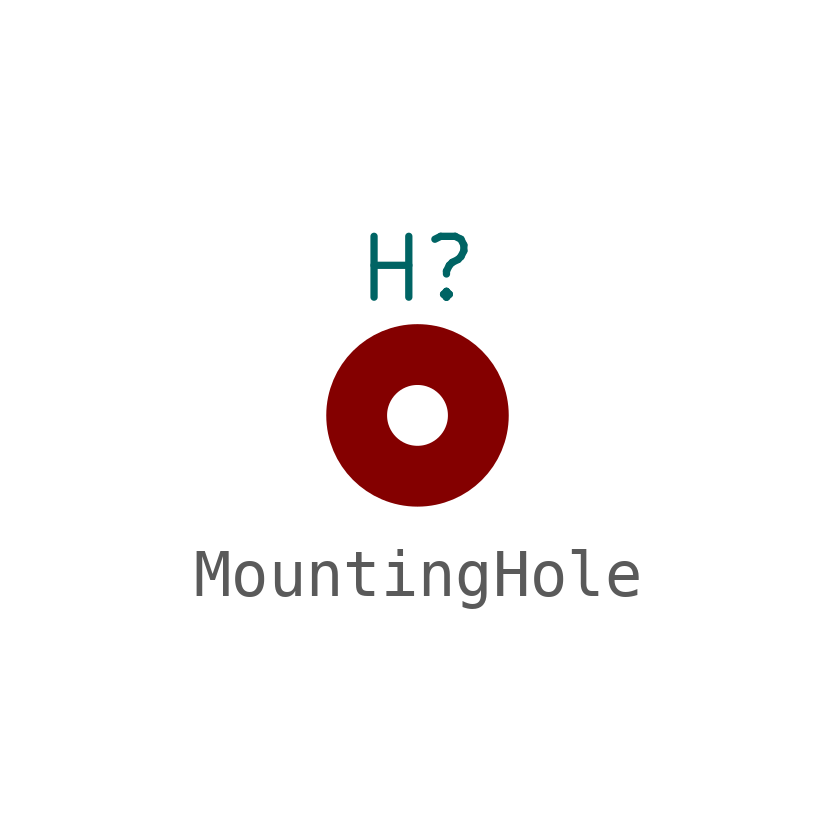
<source format=kicad_sym>
(kicad_symbol_lib
  (version 20241209)
  (generator "kicad_symbol_editor")
  (generator_version "9.0")
  (symbol "MountingHole"
    (pin_names
      (offset 1.016))
    (property "Reference" "H"
      (at 0 3.048 0)
      (effects (font (size 1.27 1.27))))
    (symbol "MountingHole_0_1"
      (circle (center 0 0) (radius 1.27) (stroke (width 1.27) (type default)) (fill (type none))))))
</source>
